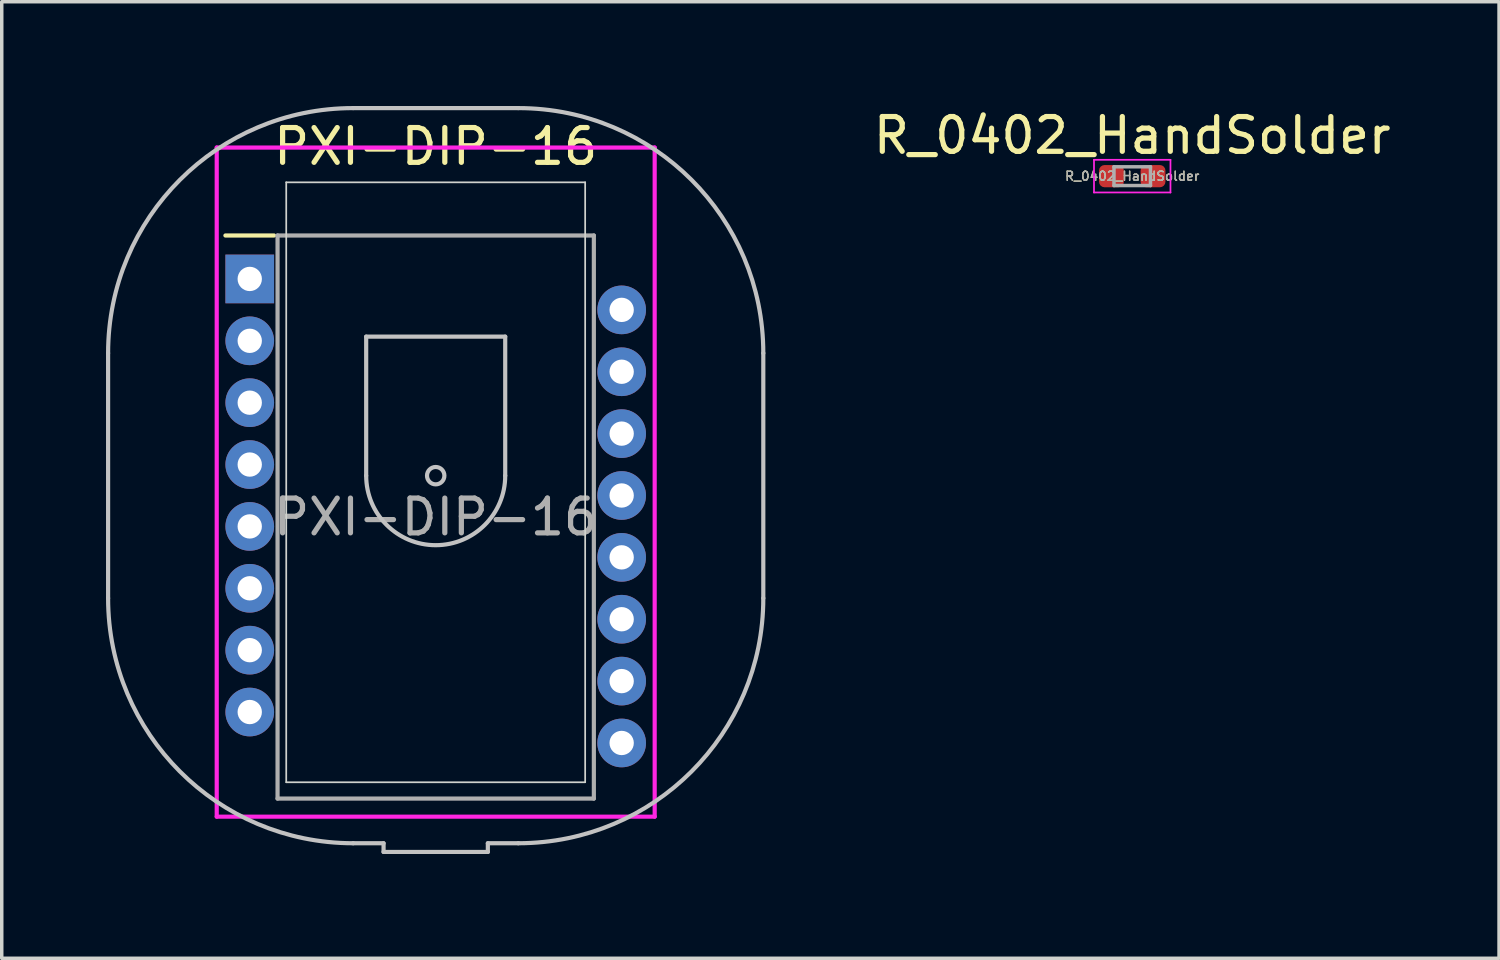
<source format=kicad_pcb>
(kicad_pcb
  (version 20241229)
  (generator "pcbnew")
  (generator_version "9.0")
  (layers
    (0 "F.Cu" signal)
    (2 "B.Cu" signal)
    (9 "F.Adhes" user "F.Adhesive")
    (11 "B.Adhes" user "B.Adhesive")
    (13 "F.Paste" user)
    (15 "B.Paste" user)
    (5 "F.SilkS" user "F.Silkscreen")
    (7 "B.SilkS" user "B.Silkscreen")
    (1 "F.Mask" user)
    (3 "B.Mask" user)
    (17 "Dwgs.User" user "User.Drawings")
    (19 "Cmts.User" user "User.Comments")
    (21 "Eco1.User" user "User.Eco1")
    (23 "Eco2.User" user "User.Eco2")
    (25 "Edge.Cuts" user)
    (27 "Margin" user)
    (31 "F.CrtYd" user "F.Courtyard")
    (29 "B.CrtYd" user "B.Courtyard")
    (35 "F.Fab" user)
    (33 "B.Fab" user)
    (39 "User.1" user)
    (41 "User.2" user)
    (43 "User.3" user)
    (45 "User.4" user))
  (footprint "R_0402_HandSolder"
    (layer "F.Cu")
    (at 29.524 2.018)
    (property "Reference" "R_0402_HandSolder" (at 0 -1.17 0) (layer "F.SilkS") (effects (font (size 1 1) (thickness 0.15))))
    (attr smd)
    (fp_line (start -1.1 -0.47) (end 1.1 -0.47) (stroke (width 0.05) (type solid)) (layer "F.CrtYd"))
    (fp_line (start -1.1 0.47) (end -1.1 -0.47) (stroke (width 0.05) (type solid)) (layer "F.CrtYd"))
    (fp_line (start 1.1 -0.47) (end 1.1 0.47) (stroke (width 0.05) (type solid)) (layer "F.CrtYd"))
    (fp_line (start 1.1 0.47) (end -1.1 0.47) (stroke (width 0.05) (type solid)) (layer "F.CrtYd"))
    (fp_line (start -0.525 -0.27) (end 0.525 -0.27) (stroke (width 0.1) (type solid)) (layer "F.Fab"))
    (fp_line (start -0.525 0.27) (end -0.525 -0.27) (stroke (width 0.1) (type solid)) (layer "F.Fab"))
    (fp_line (start 0.525 -0.27) (end 0.525 0.27) (stroke (width 0.1) (type solid)) (layer "F.Fab"))
    (fp_line (start 0.525 0.27) (end -0.525 0.27) (stroke (width 0.1) (type solid)) (layer "F.Fab"))
    (fp_text user "${REFERENCE}" (at 0 0 0) (layer "F.SilkS") (effects (font (size 0.26 0.26) (thickness 0.04))))
    (fp_text user "${REFERENCE}" (at 0 0 0) (layer "F.Fab") (effects (font (size 0.26 0.26) (thickness 0.04))))
    (pad "1" smd roundrect (at -0.598 0) (size 0.715 0.64) (layers "F.Cu" "F.Mask" "F.Paste") (roundrect_rratio 0.25))
    (pad "2" smd roundrect (at 0.598 0) (size 0.715 0.64) (layers "F.Cu" "F.Mask" "F.Paste") (roundrect_rratio 0.25)))
  (footprint "PXI-DIP-16"
    (layer "F.Cu")
    (at 4.135 4.975)
    (property "Reference" "PXI-DIP-16" (at 5.35 -3.81 0) (layer "F.SilkS") (effects (font (size 1 1) (thickness 0.15))))
    (attr through_hole)
    (fp_line (start 0.7 -1.25) (end -0.7 -1.25) (stroke (width 0.12) (type solid)) (layer "F.SilkS"))
    (fp_line (start -4.075 9.185) (end -4.075 2.135) (stroke (width 0.12) (type solid)) (layer "Dwgs.User"))
    (fp_line (start 3.35 1.66) (end 7.35 1.66) (stroke (width 0.12) (type solid)) (layer "Dwgs.User"))
    (fp_line (start 3.35 5.66) (end 3.35 1.66) (stroke (width 0.12) (type solid)) (layer "Dwgs.User"))
    (fp_line (start 3.85 16.235) (end 2.975 16.235) (stroke (width 0.12) (type solid)) (layer "Dwgs.User"))
    (fp_line (start 3.85 16.485) (end 3.85 16.235) (stroke (width 0.12) (type solid)) (layer "Dwgs.User"))
    (fp_line (start 6.85 16.485) (end 3.85 16.485) (stroke (width 0.12) (type solid)) (layer "Dwgs.User"))
    (fp_line (start 6.85 16.485) (end 6.85 16.235) (stroke (width 0.12) (type solid)) (layer "Dwgs.User"))
    (fp_line (start 7.35 1.66) (end 7.35 5.66) (stroke (width 0.12) (type solid)) (layer "Dwgs.User"))
    (fp_line (start 7.725 -4.915) (end 2.975 -4.915) (stroke (width 0.12) (type solid)) (layer "Dwgs.User"))
    (fp_line (start 7.725 16.235) (end 6.85 16.235) (stroke (width 0.12) (type solid)) (layer "Dwgs.User"))
    (fp_line (start 14.775 9.185) (end 14.775 2.135) (stroke (width 0.12) (type solid)) (layer "Dwgs.User"))
    (fp_arc (start -4.075 2.135) (mid -2.010103 -2.850103) (end 2.975 -4.915) (stroke (width 0.12) (type solid)) (layer "Dwgs.User"))
    (fp_arc (start 2.975 16.235) (mid -2.010103 14.170103) (end -4.075 9.185) (stroke (width 0.12) (type solid)) (layer "Dwgs.User"))
    (fp_arc (start 7.35 5.66) (mid 5.35 7.66) (end 3.35 5.66) (stroke (width 0.12) (type solid)) (layer "Dwgs.User"))
    (fp_arc (start 7.725 -4.915) (mid 12.710103 -2.850103) (end 14.775 2.135) (stroke (width 0.12) (type solid)) (layer "Dwgs.User"))
    (fp_arc (start 14.775 9.185) (mid 12.710103 14.170103) (end 7.725 16.235) (stroke (width 0.12) (type solid)) (layer "Dwgs.User"))
    (fp_circle (center 5.35 5.66) (end 5.6 5.66) (stroke (width 0.12) (type solid)) (fill no) (layer "Dwgs.User"))
    (fp_line (start 1.05 -2.78) (end 9.65 -2.78) (stroke (width 0.05) (type solid)) (layer "Edge.Cuts"))
    (fp_line (start 1.05 14.48) (end 1.05 -2.78) (stroke (width 0.05) (type solid)) (layer "Edge.Cuts"))
    (fp_line (start 1.05 14.48) (end 9.65 14.48) (stroke (width 0.05) (type solid)) (layer "Edge.Cuts"))
    (fp_line (start 9.65 -2.78) (end 9.65 14.48) (stroke (width 0.05) (type solid)) (layer "Edge.Cuts"))
    (fp_line (start -0.95 -3.78) (end 11.65 -3.78) (stroke (width 0.12) (type solid)) (layer "F.CrtYd"))
    (fp_line (start -0.95 15.47) (end -0.95 -3.78) (stroke (width 0.12) (type solid)) (layer "F.CrtYd"))
    (fp_line (start 11.65 -3.78) (end 11.65 15.47) (stroke (width 0.12) (type solid)) (layer "F.CrtYd"))
    (fp_line (start 11.65 15.47) (end -0.95 15.47) (stroke (width 0.12) (type solid)) (layer "F.CrtYd"))
    (fp_line (start 0.8 -1.25) (end 9.9 -1.25) (stroke (width 0.12) (type solid)) (layer "F.Fab"))
    (fp_line (start 0.8 14.95) (end 0.8 -1.25) (stroke (width 0.12) (type solid)) (layer "F.Fab"))
    (fp_line (start 0.8 14.95) (end 9.9 14.95) (stroke (width 0.12) (type solid)) (layer "F.Fab"))
    (fp_line (start 9.9 -1.25) (end 9.9 14.95) (stroke (width 0.12) (type solid)) (layer "F.Fab"))
    (fp_text user "${REFERENCE}" (at 5.35 6.85 0) (layer "F.Fab") (effects (font (size 1 1) (thickness 0.15))))
    (pad "1" thru_hole rect (at 0 0) (size 1.4 1.4) (drill 0.7) (layers "*.Cu" "*.Mask"))
    (pad "2" thru_hole circle (at 0 1.78) (size 1.4 1.4) (drill 0.7) (layers "*.Cu" "*.Mask"))
    (pad "3" thru_hole circle (at 0 3.56) (size 1.4 1.4) (drill 0.7) (layers "*.Cu" "*.Mask"))
    (pad "4" thru_hole circle (at 0 5.34) (size 1.4 1.4) (drill 0.7) (layers "*.Cu" "*.Mask"))
    (pad "5" thru_hole circle (at 0 7.12) (size 1.4 1.4) (drill 0.7) (layers "*.Cu" "*.Mask"))
    (pad "6" thru_hole circle (at 0 8.9) (size 1.4 1.4) (drill 0.7) (layers "*.Cu" "*.Mask"))
    (pad "7" thru_hole circle (at 0 10.68) (size 1.4 1.4) (drill 0.7) (layers "*.Cu" "*.Mask"))
    (pad "8" thru_hole circle (at 0 12.46) (size 1.4 1.4) (drill 0.7) (layers "*.Cu" "*.Mask"))
    (pad "9" thru_hole circle (at 10.7 13.35) (size 1.4 1.4) (drill 0.7) (layers "*.Cu" "*.Mask"))
    (pad "10" thru_hole circle (at 10.7 11.57) (size 1.4 1.4) (drill 0.7) (layers "*.Cu" "*.Mask"))
    (pad "11" thru_hole circle (at 10.7 9.79) (size 1.4 1.4) (drill 0.7) (layers "*.Cu" "*.Mask"))
    (pad "12" thru_hole circle (at 10.7 8.01) (size 1.4 1.4) (drill 0.7) (layers "*.Cu" "*.Mask"))
    (pad "13" thru_hole circle (at 10.7 6.23) (size 1.4 1.4) (drill 0.7) (layers "*.Cu" "*.Mask"))
    (pad "14" thru_hole circle (at 10.7 4.45) (size 1.4 1.4) (drill 0.7) (layers "*.Cu" "*.Mask"))
    (pad "15" thru_hole circle (at 10.7 2.67) (size 1.4 1.4) (drill 0.7) (layers "*.Cu" "*.Mask"))
    (pad "16" thru_hole circle (at 10.7 0.89) (size 1.4 1.4) (drill 0.7) (layers "*.Cu" "*.Mask")))
  (gr_rect
    (start -3 -3)
    (end 40.077 24.52)
    (stroke (width 0.1) (type default))
    (fill no)
    (layer "Edge.Cuts")))
</source>
